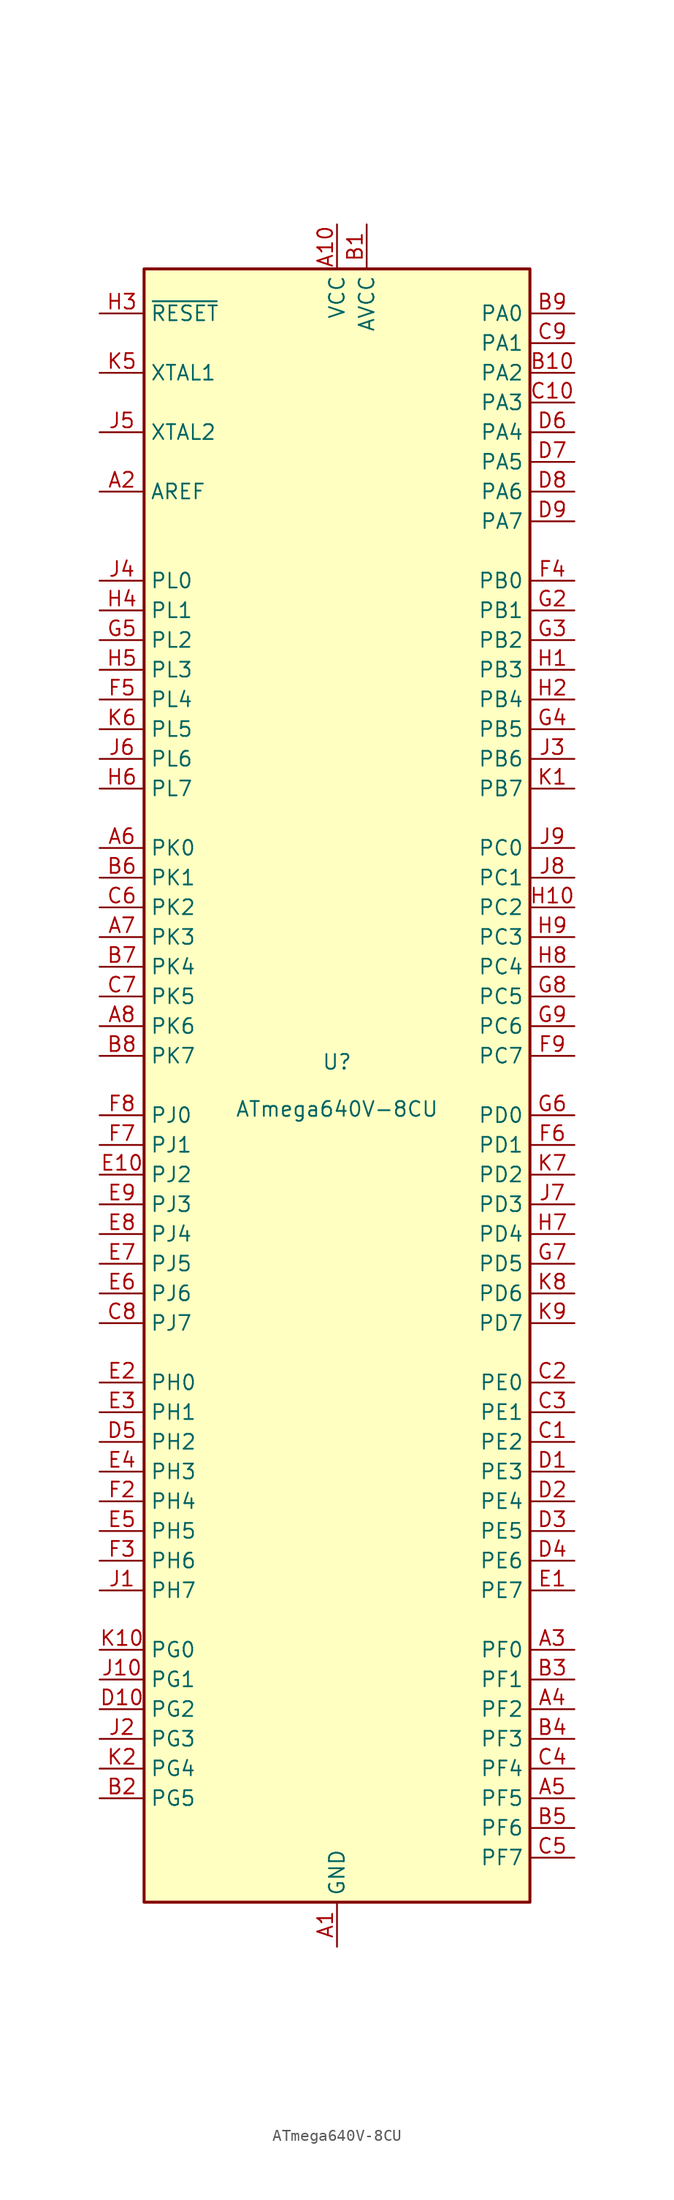
<source format=kicad_sym>
(kicad_symbol_lib
  (version 20201005)
  (generator kicad_symbol_editor)
  (symbol "ATmega640V-8CU"
    (property "Reference" "U"
      (at 0 1.27 0)
      (effects (font (size 1.27 1.27)) (justify bottom)))
    (property "Value" "ATmega640V-8CU"
      (at 0 -1.27 0)
      (effects (font (size 1.27 1.27)) (justify top)))
    (symbol "ATmega640V-8CU_0_1"
      (rectangle (start -16.51 -69.85) (end 16.51 69.85) (stroke (width 0.254)) (fill (type background))))
    (symbol "ATmega640V-8CU_1_1"
      (pin power_in line (at 0 -73.66 90) (length 3.81) (name "GND" (effects (font (size 1.27 1.27)))) (number "A1" (effects (font (size 1.27 1.27)))))
      (pin power_in line (at 0 73.66 270) (length 3.81) (name "VCC" (effects (font (size 1.27 1.27)))) (number "A10" (effects (font (size 1.27 1.27)))))
      (pin passive line (at -20.32 50.8 0) (length 3.81) (name "AREF" (effects (font (size 1.27 1.27)))) (number "A2" (effects (font (size 1.27 1.27)))))
      (pin tri_state line (at 20.32 -48.26 180) (length 3.81) (name "PF0" (effects (font (size 1.27 1.27)))) (number "A3" (effects (font (size 1.27 1.27)))))
      (pin tri_state line (at 20.32 -53.34 180) (length 3.81) (name "PF2" (effects (font (size 1.27 1.27)))) (number "A4" (effects (font (size 1.27 1.27)))))
      (pin tri_state line (at 20.32 -60.96 180) (length 3.81) (name "PF5" (effects (font (size 1.27 1.27)))) (number "A5" (effects (font (size 1.27 1.27)))))
      (pin tri_state line (at -20.32 20.32 0) (length 3.81) (name "PK0" (effects (font (size 1.27 1.27)))) (number "A6" (effects (font (size 1.27 1.27)))))
      (pin tri_state line (at -20.32 12.7 0) (length 3.81) (name "PK3" (effects (font (size 1.27 1.27)))) (number "A7" (effects (font (size 1.27 1.27)))))
      (pin tri_state line (at -20.32 5.08 0) (length 3.81) (name "PK6" (effects (font (size 1.27 1.27)))) (number "A8" (effects (font (size 1.27 1.27)))))
      (pin passive line (at 0 -73.66 90) (length 3.81) hide (name "GND" (effects (font (size 1.27 1.27)))) (number "A9" (effects (font (size 1.27 1.27)))))
      (pin power_in line (at 2.54 73.66 270) (length 3.81) (name "AVCC" (effects (font (size 1.27 1.27)))) (number "B1" (effects (font (size 1.27 1.27)))))
      (pin tri_state line (at 20.32 60.96 180) (length 3.81) (name "PA2" (effects (font (size 1.27 1.27)))) (number "B10" (effects (font (size 1.27 1.27)))))
      (pin tri_state line (at -20.32 -60.96 0) (length 3.81) (name "PG5" (effects (font (size 1.27 1.27)))) (number "B2" (effects (font (size 1.27 1.27)))))
      (pin tri_state line (at 20.32 -50.8 180) (length 3.81) (name "PF1" (effects (font (size 1.27 1.27)))) (number "B3" (effects (font (size 1.27 1.27)))))
      (pin tri_state line (at 20.32 -55.88 180) (length 3.81) (name "PF3" (effects (font (size 1.27 1.27)))) (number "B4" (effects (font (size 1.27 1.27)))))
      (pin tri_state line (at 20.32 -63.5 180) (length 3.81) (name "PF6" (effects (font (size 1.27 1.27)))) (number "B5" (effects (font (size 1.27 1.27)))))
      (pin tri_state line (at -20.32 17.78 0) (length 3.81) (name "PK1" (effects (font (size 1.27 1.27)))) (number "B6" (effects (font (size 1.27 1.27)))))
      (pin tri_state line (at -20.32 10.16 0) (length 3.81) (name "PK4" (effects (font (size 1.27 1.27)))) (number "B7" (effects (font (size 1.27 1.27)))))
      (pin tri_state line (at -20.32 2.54 0) (length 3.81) (name "PK7" (effects (font (size 1.27 1.27)))) (number "B8" (effects (font (size 1.27 1.27)))))
      (pin tri_state line (at 20.32 66.04 180) (length 3.81) (name "PA0" (effects (font (size 1.27 1.27)))) (number "B9" (effects (font (size 1.27 1.27)))))
      (pin tri_state line (at 20.32 -30.48 180) (length 3.81) (name "PE2" (effects (font (size 1.27 1.27)))) (number "C1" (effects (font (size 1.27 1.27)))))
      (pin tri_state line (at 20.32 58.42 180) (length 3.81) (name "PA3" (effects (font (size 1.27 1.27)))) (number "C10" (effects (font (size 1.27 1.27)))))
      (pin tri_state line (at 20.32 -25.4 180) (length 3.81) (name "PE0" (effects (font (size 1.27 1.27)))) (number "C2" (effects (font (size 1.27 1.27)))))
      (pin tri_state line (at 20.32 -27.94 180) (length 3.81) (name "PE1" (effects (font (size 1.27 1.27)))) (number "C3" (effects (font (size 1.27 1.27)))))
      (pin tri_state line (at 20.32 -58.42 180) (length 3.81) (name "PF4" (effects (font (size 1.27 1.27)))) (number "C4" (effects (font (size 1.27 1.27)))))
      (pin tri_state line (at 20.32 -66.04 180) (length 3.81) (name "PF7" (effects (font (size 1.27 1.27)))) (number "C5" (effects (font (size 1.27 1.27)))))
      (pin tri_state line (at -20.32 15.24 0) (length 3.81) (name "PK2" (effects (font (size 1.27 1.27)))) (number "C6" (effects (font (size 1.27 1.27)))))
      (pin tri_state line (at -20.32 7.62 0) (length 3.81) (name "PK5" (effects (font (size 1.27 1.27)))) (number "C7" (effects (font (size 1.27 1.27)))))
      (pin tri_state line (at -20.32 -20.32 0) (length 3.81) (name "PJ7" (effects (font (size 1.27 1.27)))) (number "C8" (effects (font (size 1.27 1.27)))))
      (pin tri_state line (at 20.32 63.5 180) (length 3.81) (name "PA1" (effects (font (size 1.27 1.27)))) (number "C9" (effects (font (size 1.27 1.27)))))
      (pin tri_state line (at 20.32 -33.02 180) (length 3.81) (name "PE3" (effects (font (size 1.27 1.27)))) (number "D1" (effects (font (size 1.27 1.27)))))
      (pin tri_state line (at -20.32 -53.34 0) (length 3.81) (name "PG2" (effects (font (size 1.27 1.27)))) (number "D10" (effects (font (size 1.27 1.27)))))
      (pin tri_state line (at 20.32 -35.56 180) (length 3.81) (name "PE4" (effects (font (size 1.27 1.27)))) (number "D2" (effects (font (size 1.27 1.27)))))
      (pin tri_state line (at 20.32 -38.1 180) (length 3.81) (name "PE5" (effects (font (size 1.27 1.27)))) (number "D3" (effects (font (size 1.27 1.27)))))
      (pin tri_state line (at 20.32 -40.64 180) (length 3.81) (name "PE6" (effects (font (size 1.27 1.27)))) (number "D4" (effects (font (size 1.27 1.27)))))
      (pin tri_state line (at -20.32 -30.48 0) (length 3.81) (name "PH2" (effects (font (size 1.27 1.27)))) (number "D5" (effects (font (size 1.27 1.27)))))
      (pin tri_state line (at 20.32 55.88 180) (length 3.81) (name "PA4" (effects (font (size 1.27 1.27)))) (number "D6" (effects (font (size 1.27 1.27)))))
      (pin tri_state line (at 20.32 53.34 180) (length 3.81) (name "PA5" (effects (font (size 1.27 1.27)))) (number "D7" (effects (font (size 1.27 1.27)))))
      (pin tri_state line (at 20.32 50.8 180) (length 3.81) (name "PA6" (effects (font (size 1.27 1.27)))) (number "D8" (effects (font (size 1.27 1.27)))))
      (pin tri_state line (at 20.32 48.26 180) (length 3.81) (name "PA7" (effects (font (size 1.27 1.27)))) (number "D9" (effects (font (size 1.27 1.27)))))
      (pin tri_state line (at 20.32 -43.18 180) (length 3.81) (name "PE7" (effects (font (size 1.27 1.27)))) (number "E1" (effects (font (size 1.27 1.27)))))
      (pin tri_state line (at -20.32 -7.62 0) (length 3.81) (name "PJ2" (effects (font (size 1.27 1.27)))) (number "E10" (effects (font (size 1.27 1.27)))))
      (pin tri_state line (at -20.32 -25.4 0) (length 3.81) (name "PH0" (effects (font (size 1.27 1.27)))) (number "E2" (effects (font (size 1.27 1.27)))))
      (pin tri_state line (at -20.32 -27.94 0) (length 3.81) (name "PH1" (effects (font (size 1.27 1.27)))) (number "E3" (effects (font (size 1.27 1.27)))))
      (pin tri_state line (at -20.32 -33.02 0) (length 3.81) (name "PH3" (effects (font (size 1.27 1.27)))) (number "E4" (effects (font (size 1.27 1.27)))))
      (pin tri_state line (at -20.32 -38.1 0) (length 3.81) (name "PH5" (effects (font (size 1.27 1.27)))) (number "E5" (effects (font (size 1.27 1.27)))))
      (pin tri_state line (at -20.32 -17.78 0) (length 3.81) (name "PJ6" (effects (font (size 1.27 1.27)))) (number "E6" (effects (font (size 1.27 1.27)))))
      (pin tri_state line (at -20.32 -15.24 0) (length 3.81) (name "PJ5" (effects (font (size 1.27 1.27)))) (number "E7" (effects (font (size 1.27 1.27)))))
      (pin tri_state line (at -20.32 -12.7 0) (length 3.81) (name "PJ4" (effects (font (size 1.27 1.27)))) (number "E8" (effects (font (size 1.27 1.27)))))
      (pin tri_state line (at -20.32 -10.16 0) (length 3.81) (name "PJ3" (effects (font (size 1.27 1.27)))) (number "E9" (effects (font (size 1.27 1.27)))))
      (pin passive line (at 0 73.66 270) (length 3.81) hide (name "VCC" (effects (font (size 1.27 1.27)))) (number "F1" (effects (font (size 1.27 1.27)))))
      (pin passive line (at 0 -73.66 90) (length 3.81) hide (name "GND" (effects (font (size 1.27 1.27)))) (number "F10" (effects (font (size 1.27 1.27)))))
      (pin tri_state line (at -20.32 -35.56 0) (length 3.81) (name "PH4" (effects (font (size 1.27 1.27)))) (number "F2" (effects (font (size 1.27 1.27)))))
      (pin tri_state line (at -20.32 -40.64 0) (length 3.81) (name "PH6" (effects (font (size 1.27 1.27)))) (number "F3" (effects (font (size 1.27 1.27)))))
      (pin tri_state line (at 20.32 43.18 180) (length 3.81) (name "PB0" (effects (font (size 1.27 1.27)))) (number "F4" (effects (font (size 1.27 1.27)))))
      (pin tri_state line (at -20.32 33.02 0) (length 3.81) (name "PL4" (effects (font (size 1.27 1.27)))) (number "F5" (effects (font (size 1.27 1.27)))))
      (pin tri_state line (at 20.32 -5.08 180) (length 3.81) (name "PD1" (effects (font (size 1.27 1.27)))) (number "F6" (effects (font (size 1.27 1.27)))))
      (pin tri_state line (at -20.32 -5.08 0) (length 3.81) (name "PJ1" (effects (font (size 1.27 1.27)))) (number "F7" (effects (font (size 1.27 1.27)))))
      (pin tri_state line (at -20.32 -2.54 0) (length 3.81) (name "PJ0" (effects (font (size 1.27 1.27)))) (number "F8" (effects (font (size 1.27 1.27)))))
      (pin tri_state line (at 20.32 2.54 180) (length 3.81) (name "PC7" (effects (font (size 1.27 1.27)))) (number "F9" (effects (font (size 1.27 1.27)))))
      (pin passive line (at 0 -73.66 90) (length 3.81) hide (name "GND" (effects (font (size 1.27 1.27)))) (number "G1" (effects (font (size 1.27 1.27)))))
      (pin passive line (at 0 73.66 270) (length 3.81) hide (name "VCC" (effects (font (size 1.27 1.27)))) (number "G10" (effects (font (size 1.27 1.27)))))
      (pin tri_state line (at 20.32 40.64 180) (length 3.81) (name "PB1" (effects (font (size 1.27 1.27)))) (number "G2" (effects (font (size 1.27 1.27)))))
      (pin tri_state line (at 20.32 38.1 180) (length 3.81) (name "PB2" (effects (font (size 1.27 1.27)))) (number "G3" (effects (font (size 1.27 1.27)))))
      (pin tri_state line (at 20.32 30.48 180) (length 3.81) (name "PB5" (effects (font (size 1.27 1.27)))) (number "G4" (effects (font (size 1.27 1.27)))))
      (pin tri_state line (at -20.32 38.1 0) (length 3.81) (name "PL2" (effects (font (size 1.27 1.27)))) (number "G5" (effects (font (size 1.27 1.27)))))
      (pin tri_state line (at 20.32 -2.54 180) (length 3.81) (name "PD0" (effects (font (size 1.27 1.27)))) (number "G6" (effects (font (size 1.27 1.27)))))
      (pin tri_state line (at 20.32 -15.24 180) (length 3.81) (name "PD5" (effects (font (size 1.27 1.27)))) (number "G7" (effects (font (size 1.27 1.27)))))
      (pin tri_state line (at 20.32 7.62 180) (length 3.81) (name "PC5" (effects (font (size 1.27 1.27)))) (number "G8" (effects (font (size 1.27 1.27)))))
      (pin tri_state line (at 20.32 5.08 180) (length 3.81) (name "PC6" (effects (font (size 1.27 1.27)))) (number "G9" (effects (font (size 1.27 1.27)))))
      (pin tri_state line (at 20.32 35.56 180) (length 3.81) (name "PB3" (effects (font (size 1.27 1.27)))) (number "H1" (effects (font (size 1.27 1.27)))))
      (pin tri_state line (at 20.32 15.24 180) (length 3.81) (name "PC2" (effects (font (size 1.27 1.27)))) (number "H10" (effects (font (size 1.27 1.27)))))
      (pin tri_state line (at 20.32 33.02 180) (length 3.81) (name "PB4" (effects (font (size 1.27 1.27)))) (number "H2" (effects (font (size 1.27 1.27)))))
      (pin input line (at -20.32 66.04 0) (length 3.81) (name "~RESET" (effects (font (size 1.27 1.27)))) (number "H3" (effects (font (size 1.27 1.27)))))
      (pin tri_state line (at -20.32 40.64 0) (length 3.81) (name "PL1" (effects (font (size 1.27 1.27)))) (number "H4" (effects (font (size 1.27 1.27)))))
      (pin tri_state line (at -20.32 35.56 0) (length 3.81) (name "PL3" (effects (font (size 1.27 1.27)))) (number "H5" (effects (font (size 1.27 1.27)))))
      (pin tri_state line (at -20.32 25.4 0) (length 3.81) (name "PL7" (effects (font (size 1.27 1.27)))) (number "H6" (effects (font (size 1.27 1.27)))))
      (pin tri_state line (at 20.32 -12.7 180) (length 3.81) (name "PD4" (effects (font (size 1.27 1.27)))) (number "H7" (effects (font (size 1.27 1.27)))))
      (pin tri_state line (at 20.32 10.16 180) (length 3.81) (name "PC4" (effects (font (size 1.27 1.27)))) (number "H8" (effects (font (size 1.27 1.27)))))
      (pin tri_state line (at 20.32 12.7 180) (length 3.81) (name "PC3" (effects (font (size 1.27 1.27)))) (number "H9" (effects (font (size 1.27 1.27)))))
      (pin tri_state line (at -20.32 -43.18 0) (length 3.81) (name "PH7" (effects (font (size 1.27 1.27)))) (number "J1" (effects (font (size 1.27 1.27)))))
      (pin tri_state line (at -20.32 -50.8 0) (length 3.81) (name "PG1" (effects (font (size 1.27 1.27)))) (number "J10" (effects (font (size 1.27 1.27)))))
      (pin tri_state line (at -20.32 -55.88 0) (length 3.81) (name "PG3" (effects (font (size 1.27 1.27)))) (number "J2" (effects (font (size 1.27 1.27)))))
      (pin tri_state line (at 20.32 27.94 180) (length 3.81) (name "PB6" (effects (font (size 1.27 1.27)))) (number "J3" (effects (font (size 1.27 1.27)))))
      (pin tri_state line (at -20.32 43.18 0) (length 3.81) (name "PL0" (effects (font (size 1.27 1.27)))) (number "J4" (effects (font (size 1.27 1.27)))))
      (pin output line (at -20.32 55.88 0) (length 3.81) (name "XTAL2" (effects (font (size 1.27 1.27)))) (number "J5" (effects (font (size 1.27 1.27)))))
      (pin tri_state line (at -20.32 27.94 0) (length 3.81) (name "PL6" (effects (font (size 1.27 1.27)))) (number "J6" (effects (font (size 1.27 1.27)))))
      (pin tri_state line (at 20.32 -10.16 180) (length 3.81) (name "PD3" (effects (font (size 1.27 1.27)))) (number "J7" (effects (font (size 1.27 1.27)))))
      (pin tri_state line (at 20.32 17.78 180) (length 3.81) (name "PC1" (effects (font (size 1.27 1.27)))) (number "J8" (effects (font (size 1.27 1.27)))))
      (pin tri_state line (at 20.32 20.32 180) (length 3.81) (name "PC0" (effects (font (size 1.27 1.27)))) (number "J9" (effects (font (size 1.27 1.27)))))
      (pin tri_state line (at 20.32 25.4 180) (length 3.81) (name "PB7" (effects (font (size 1.27 1.27)))) (number "K1" (effects (font (size 1.27 1.27)))))
      (pin tri_state line (at -20.32 -48.26 0) (length 3.81) (name "PG0" (effects (font (size 1.27 1.27)))) (number "K10" (effects (font (size 1.27 1.27)))))
      (pin tri_state line (at -20.32 -58.42 0) (length 3.81) (name "PG4" (effects (font (size 1.27 1.27)))) (number "K2" (effects (font (size 1.27 1.27)))))
      (pin passive line (at 0 73.66 270) (length 3.81) hide (name "VCC" (effects (font (size 1.27 1.27)))) (number "K3" (effects (font (size 1.27 1.27)))))
      (pin passive line (at 0 -73.66 90) (length 3.81) hide (name "GND" (effects (font (size 1.27 1.27)))) (number "K4" (effects (font (size 1.27 1.27)))))
      (pin input line (at -20.32 60.96 0) (length 3.81) (name "XTAL1" (effects (font (size 1.27 1.27)))) (number "K5" (effects (font (size 1.27 1.27)))))
      (pin tri_state line (at -20.32 30.48 0) (length 3.81) (name "PL5" (effects (font (size 1.27 1.27)))) (number "K6" (effects (font (size 1.27 1.27)))))
      (pin tri_state line (at 20.32 -7.62 180) (length 3.81) (name "PD2" (effects (font (size 1.27 1.27)))) (number "K7" (effects (font (size 1.27 1.27)))))
      (pin tri_state line (at 20.32 -17.78 180) (length 3.81) (name "PD6" (effects (font (size 1.27 1.27)))) (number "K8" (effects (font (size 1.27 1.27)))))
      (pin tri_state line (at 20.32 -20.32 180) (length 3.81) (name "PD7" (effects (font (size 1.27 1.27)))) (number "K9" (effects (font (size 1.27 1.27))))))))
</source>
